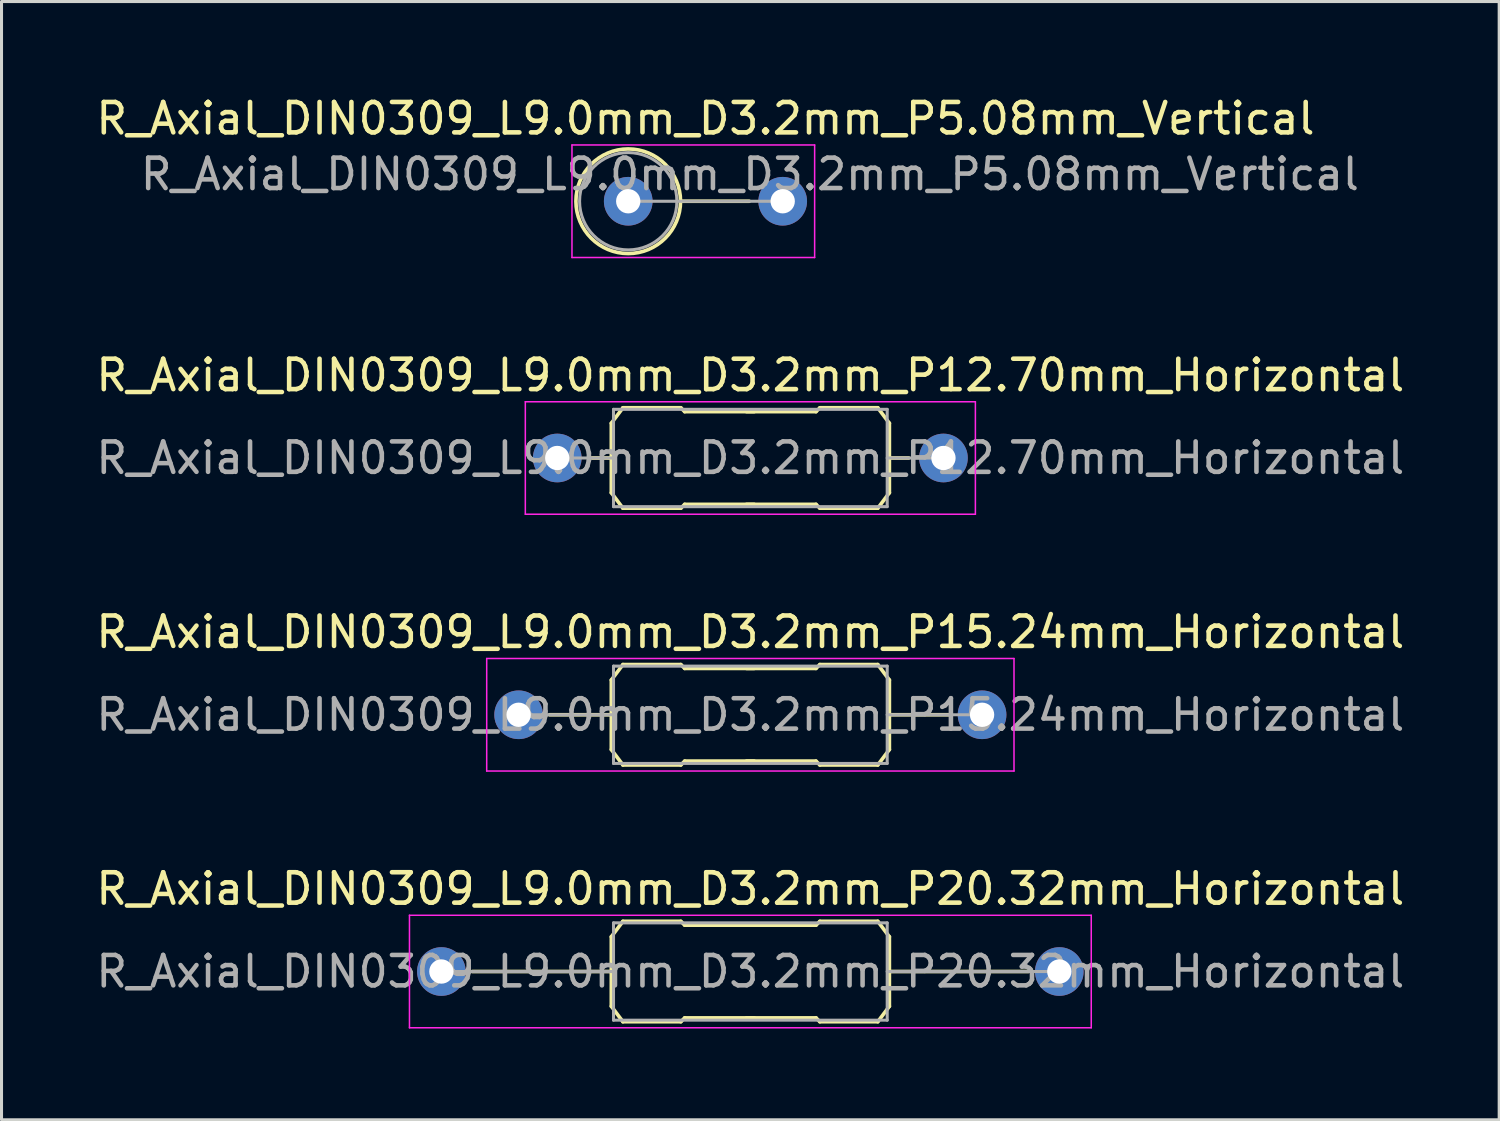
<source format=kicad_pcb>
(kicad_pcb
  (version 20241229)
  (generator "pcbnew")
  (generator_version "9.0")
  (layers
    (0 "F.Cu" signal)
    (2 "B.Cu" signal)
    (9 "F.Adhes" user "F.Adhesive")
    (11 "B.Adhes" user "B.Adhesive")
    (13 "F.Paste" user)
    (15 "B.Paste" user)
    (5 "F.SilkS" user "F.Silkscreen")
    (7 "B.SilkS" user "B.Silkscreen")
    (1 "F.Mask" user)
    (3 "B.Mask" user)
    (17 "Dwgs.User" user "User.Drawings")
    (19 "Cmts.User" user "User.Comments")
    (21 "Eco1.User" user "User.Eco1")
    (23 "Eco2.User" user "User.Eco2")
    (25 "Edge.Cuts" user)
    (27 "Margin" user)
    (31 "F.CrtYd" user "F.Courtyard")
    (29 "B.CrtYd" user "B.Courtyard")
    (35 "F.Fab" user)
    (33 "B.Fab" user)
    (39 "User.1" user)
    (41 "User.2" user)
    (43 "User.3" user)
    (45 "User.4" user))
  (footprint "R_Axial_DIN0309_L9.0mm_D3.2mm_P20.32mm_Horizontal"
    (layer "F.Cu")
    (at 11.465 28.898)
    (property "Reference" "R_Axial_DIN0309_L9.0mm_D3.2mm_P20.32mm_Horizontal" (at 10.16 -2.72 0) (layer "F.SilkS") (effects (font (size 1 1) (thickness 0.15))))
    (attr through_hole)
    (fp_line (start 5.588 -1.143) (end 5.969 -1.651) (stroke (width 0.12) (type solid)) (layer "F.SilkS"))
    (fp_line (start 5.588 0) (end 1.016 0) (stroke (width 0.12) (type solid)) (layer "F.SilkS"))
    (fp_line (start 5.588 1.143) (end 5.588 -1.143) (stroke (width 0.12) (type solid)) (layer "F.SilkS"))
    (fp_line (start 5.588 1.143) (end 5.969 1.651) (stroke (width 0.12) (type solid)) (layer "F.SilkS"))
    (fp_line (start 5.969 -1.651) (end 7.874 -1.651) (stroke (width 0.12) (type solid)) (layer "F.SilkS"))
    (fp_line (start 5.969 1.651) (end 7.874 1.651) (stroke (width 0.12) (type solid)) (layer "F.SilkS"))
    (fp_line (start 7.874 -1.651) (end 8.001 -1.524) (stroke (width 0.12) (type solid)) (layer "F.SilkS"))
    (fp_line (start 7.874 1.651) (end 8.001 1.524) (stroke (width 0.12) (type solid)) (layer "F.SilkS"))
    (fp_line (start 8.001 -1.524) (end 10.287 -1.524) (stroke (width 0.12) (type solid)) (layer "F.SilkS"))
    (fp_line (start 8.001 1.524) (end 10.287 1.524) (stroke (width 0.12) (type solid)) (layer "F.SilkS"))
    (fp_line (start 12.319 -1.524) (end 10.033 -1.524) (stroke (width 0.12) (type solid)) (layer "F.SilkS"))
    (fp_line (start 12.319 1.524) (end 10.033 1.524) (stroke (width 0.12) (type solid)) (layer "F.SilkS"))
    (fp_line (start 12.446 -1.651) (end 12.319 -1.524) (stroke (width 0.12) (type solid)) (layer "F.SilkS"))
    (fp_line (start 12.446 1.651) (end 12.319 1.524) (stroke (width 0.12) (type solid)) (layer "F.SilkS"))
    (fp_line (start 14.351 -1.651) (end 12.446 -1.651) (stroke (width 0.12) (type solid)) (layer "F.SilkS"))
    (fp_line (start 14.351 1.651) (end 12.446 1.651) (stroke (width 0.12) (type solid)) (layer "F.SilkS"))
    (fp_line (start 14.732 -1.143) (end 14.351 -1.651) (stroke (width 0.12) (type solid)) (layer "F.SilkS"))
    (fp_line (start 14.732 0) (end 19.304 0) (stroke (width 0.12) (type solid)) (layer "F.SilkS"))
    (fp_line (start 14.732 1.143) (end 14.351 1.651) (stroke (width 0.12) (type solid)) (layer "F.SilkS"))
    (fp_line (start 14.732 1.143) (end 14.732 -1.143) (stroke (width 0.12) (type solid)) (layer "F.SilkS"))
    (fp_line (start -1.05 -1.85) (end -1.05 1.85) (stroke (width 0.05) (type solid)) (layer "F.CrtYd"))
    (fp_line (start -1.05 1.85) (end 21.37 1.85) (stroke (width 0.05) (type solid)) (layer "F.CrtYd"))
    (fp_line (start 21.37 -1.85) (end -1.05 -1.85) (stroke (width 0.05) (type solid)) (layer "F.CrtYd"))
    (fp_line (start 21.37 1.85) (end 21.37 -1.85) (stroke (width 0.05) (type solid)) (layer "F.CrtYd"))
    (fp_line (start 0 0) (end 5.66 0) (stroke (width 0.1) (type solid)) (layer "F.Fab"))
    (fp_line (start 5.66 -1.6) (end 5.66 1.6) (stroke (width 0.1) (type solid)) (layer "F.Fab"))
    (fp_line (start 5.66 1.6) (end 14.66 1.6) (stroke (width 0.1) (type solid)) (layer "F.Fab"))
    (fp_line (start 14.66 -1.6) (end 5.66 -1.6) (stroke (width 0.1) (type solid)) (layer "F.Fab"))
    (fp_line (start 14.66 1.6) (end 14.66 -1.6) (stroke (width 0.1) (type solid)) (layer "F.Fab"))
    (fp_line (start 20.32 0) (end 14.66 0) (stroke (width 0.1) (type solid)) (layer "F.Fab"))
    (fp_text user "${REFERENCE}" (at 10.16 0 0) (layer "F.Fab") (effects (font (size 1 1) (thickness 0.15))))
    (pad "1" thru_hole circle (at 0 0) (size 1.6 1.6) (drill 0.8) (layers "*.Cu" "*.Mask"))
    (pad "2" thru_hole oval (at 20.32 0) (size 1.6 1.6) (drill 0.8) (layers "*.Cu" "*.Mask")))
  (footprint "R_Axial_DIN0309_L9.0mm_D3.2mm_P12.70mm_Horizontal"
    (layer "F.Cu")
    (at 15.275 12.011)
    (property "Reference" "R_Axial_DIN0309_L9.0mm_D3.2mm_P12.70mm_Horizontal" (at 6.35 -2.72 0) (layer "F.SilkS") (effects (font (size 1 1) (thickness 0.15))))
    (attr through_hole)
    (fp_line (start 1.778 -1.143) (end 2.159 -1.651) (stroke (width 0.12) (type solid)) (layer "F.SilkS"))
    (fp_line (start 1.778 0) (end 1.143 0) (stroke (width 0.12) (type solid)) (layer "F.SilkS"))
    (fp_line (start 1.778 1.143) (end 1.778 -1.143) (stroke (width 0.12) (type solid)) (layer "F.SilkS"))
    (fp_line (start 1.778 1.143) (end 2.159 1.651) (stroke (width 0.12) (type solid)) (layer "F.SilkS"))
    (fp_line (start 2.159 -1.651) (end 4.064 -1.651) (stroke (width 0.12) (type solid)) (layer "F.SilkS"))
    (fp_line (start 2.159 1.651) (end 4.064 1.651) (stroke (width 0.12) (type solid)) (layer "F.SilkS"))
    (fp_line (start 4.064 -1.651) (end 4.191 -1.524) (stroke (width 0.12) (type solid)) (layer "F.SilkS"))
    (fp_line (start 4.064 1.651) (end 4.191 1.524) (stroke (width 0.12) (type solid)) (layer "F.SilkS"))
    (fp_line (start 4.191 -1.524) (end 6.477 -1.524) (stroke (width 0.12) (type solid)) (layer "F.SilkS"))
    (fp_line (start 4.191 1.524) (end 6.477 1.524) (stroke (width 0.12) (type solid)) (layer "F.SilkS"))
    (fp_line (start 8.509 -1.524) (end 6.223 -1.524) (stroke (width 0.12) (type solid)) (layer "F.SilkS"))
    (fp_line (start 8.509 1.524) (end 6.223 1.524) (stroke (width 0.12) (type solid)) (layer "F.SilkS"))
    (fp_line (start 8.636 -1.651) (end 8.509 -1.524) (stroke (width 0.12) (type solid)) (layer "F.SilkS"))
    (fp_line (start 8.636 1.651) (end 8.509 1.524) (stroke (width 0.12) (type solid)) (layer "F.SilkS"))
    (fp_line (start 10.541 -1.651) (end 8.636 -1.651) (stroke (width 0.12) (type solid)) (layer "F.SilkS"))
    (fp_line (start 10.541 1.651) (end 8.636 1.651) (stroke (width 0.12) (type solid)) (layer "F.SilkS"))
    (fp_line (start 10.922 -1.143) (end 10.541 -1.651) (stroke (width 0.12) (type solid)) (layer "F.SilkS"))
    (fp_line (start 10.922 0) (end 11.557 0) (stroke (width 0.12) (type solid)) (layer "F.SilkS"))
    (fp_line (start 10.922 1.143) (end 10.541 1.651) (stroke (width 0.12) (type solid)) (layer "F.SilkS"))
    (fp_line (start 10.922 1.143) (end 10.922 -1.143) (stroke (width 0.12) (type solid)) (layer "F.SilkS"))
    (fp_line (start -1.05 -1.85) (end -1.05 1.85) (stroke (width 0.05) (type solid)) (layer "F.CrtYd"))
    (fp_line (start -1.05 1.85) (end 13.75 1.85) (stroke (width 0.05) (type solid)) (layer "F.CrtYd"))
    (fp_line (start 13.75 -1.85) (end -1.05 -1.85) (stroke (width 0.05) (type solid)) (layer "F.CrtYd"))
    (fp_line (start 13.75 1.85) (end 13.75 -1.85) (stroke (width 0.05) (type solid)) (layer "F.CrtYd"))
    (fp_line (start 0 0) (end 1.85 0) (stroke (width 0.1) (type solid)) (layer "F.Fab"))
    (fp_line (start 1.85 -1.6) (end 1.85 1.6) (stroke (width 0.1) (type solid)) (layer "F.Fab"))
    (fp_line (start 1.85 1.6) (end 10.85 1.6) (stroke (width 0.1) (type solid)) (layer "F.Fab"))
    (fp_line (start 10.85 -1.6) (end 1.85 -1.6) (stroke (width 0.1) (type solid)) (layer "F.Fab"))
    (fp_line (start 10.85 1.6) (end 10.85 -1.6) (stroke (width 0.1) (type solid)) (layer "F.Fab"))
    (fp_line (start 12.7 0) (end 10.85 0) (stroke (width 0.1) (type solid)) (layer "F.Fab"))
    (fp_text user "${REFERENCE}" (at 6.35 0 0) (layer "F.Fab") (effects (font (size 1 1) (thickness 0.15))))
    (pad "1" thru_hole circle (at 0 0) (size 1.6 1.6) (drill 0.8) (layers "*.Cu" "*.Mask"))
    (pad "2" thru_hole oval (at 12.7 0) (size 1.6 1.6) (drill 0.8) (layers "*.Cu" "*.Mask")))
  (footprint "R_Axial_DIN0309_L9.0mm_D3.2mm_P5.08mm_Vertical"
    (layer "F.Cu")
    (at 17.609 3.568)
    (property "Reference" "R_Axial_DIN0309_L9.0mm_D3.2mm_P5.08mm_Vertical" (at 2.54 -2.72 0) (layer "F.SilkS") (effects (font (size 1 1) (thickness 0.15))))
    (attr through_hole)
    (fp_line (start 1.72 0) (end 3.98 0) (stroke (width 0.12) (type solid)) (layer "F.SilkS"))
    (fp_circle (center 0 0) (end 1.72 0) (stroke (width 0.12) (type solid)) (fill no) (layer "F.SilkS"))
    (fp_line (start -1.85 -1.85) (end -1.85 1.85) (stroke (width 0.05) (type solid)) (layer "F.CrtYd"))
    (fp_line (start -1.85 1.85) (end 6.13 1.85) (stroke (width 0.05) (type solid)) (layer "F.CrtYd"))
    (fp_line (start 6.13 -1.85) (end -1.85 -1.85) (stroke (width 0.05) (type solid)) (layer "F.CrtYd"))
    (fp_line (start 6.13 1.85) (end 6.13 -1.85) (stroke (width 0.05) (type solid)) (layer "F.CrtYd"))
    (fp_line (start 0 0) (end 5.08 0) (stroke (width 0.1) (type solid)) (layer "F.Fab"))
    (fp_circle (center 0 0) (end 1.6 0) (stroke (width 0.1) (type solid)) (fill no) (layer "F.Fab"))
    (fp_text user "${REFERENCE}" (at 4 -0.889 0) (layer "F.Fab") (effects (font (size 1 1) (thickness 0.15))))
    (pad "1" thru_hole circle (at 0 0) (size 1.6 1.6) (drill 0.8) (layers "*.Cu" "*.Mask"))
    (pad "2" thru_hole oval (at 5.08 0) (size 1.6 1.6) (drill 0.8) (layers "*.Cu" "*.Mask")))
  (footprint "R_Axial_DIN0309_L9.0mm_D3.2mm_P15.24mm_Horizontal"
    (layer "F.Cu")
    (at 14.005 20.455)
    (property "Reference" "R_Axial_DIN0309_L9.0mm_D3.2mm_P15.24mm_Horizontal" (at 7.62 -2.72 0) (layer "F.SilkS") (effects (font (size 1 1) (thickness 0.15))))
    (attr through_hole)
    (fp_line (start 3.048 -1.143) (end 3.429 -1.651) (stroke (width 0.12) (type solid)) (layer "F.SilkS"))
    (fp_line (start 3.048 0) (end 1.016 0) (stroke (width 0.12) (type solid)) (layer "F.SilkS"))
    (fp_line (start 3.048 1.143) (end 3.048 -1.143) (stroke (width 0.12) (type solid)) (layer "F.SilkS"))
    (fp_line (start 3.048 1.143) (end 3.429 1.651) (stroke (width 0.12) (type solid)) (layer "F.SilkS"))
    (fp_line (start 3.429 -1.651) (end 5.334 -1.651) (stroke (width 0.12) (type solid)) (layer "F.SilkS"))
    (fp_line (start 3.429 1.651) (end 5.334 1.651) (stroke (width 0.12) (type solid)) (layer "F.SilkS"))
    (fp_line (start 5.334 -1.651) (end 5.461 -1.524) (stroke (width 0.12) (type solid)) (layer "F.SilkS"))
    (fp_line (start 5.334 1.651) (end 5.461 1.524) (stroke (width 0.12) (type solid)) (layer "F.SilkS"))
    (fp_line (start 5.461 -1.524) (end 7.747 -1.524) (stroke (width 0.12) (type solid)) (layer "F.SilkS"))
    (fp_line (start 5.461 1.524) (end 7.747 1.524) (stroke (width 0.12) (type solid)) (layer "F.SilkS"))
    (fp_line (start 9.779 -1.524) (end 7.493 -1.524) (stroke (width 0.12) (type solid)) (layer "F.SilkS"))
    (fp_line (start 9.779 1.524) (end 7.493 1.524) (stroke (width 0.12) (type solid)) (layer "F.SilkS"))
    (fp_line (start 9.906 -1.651) (end 9.779 -1.524) (stroke (width 0.12) (type solid)) (layer "F.SilkS"))
    (fp_line (start 9.906 1.651) (end 9.779 1.524) (stroke (width 0.12) (type solid)) (layer "F.SilkS"))
    (fp_line (start 11.811 -1.651) (end 9.906 -1.651) (stroke (width 0.12) (type solid)) (layer "F.SilkS"))
    (fp_line (start 11.811 1.651) (end 9.906 1.651) (stroke (width 0.12) (type solid)) (layer "F.SilkS"))
    (fp_line (start 12.192 -1.143) (end 11.811 -1.651) (stroke (width 0.12) (type solid)) (layer "F.SilkS"))
    (fp_line (start 12.192 0) (end 14.224 0) (stroke (width 0.12) (type solid)) (layer "F.SilkS"))
    (fp_line (start 12.192 1.143) (end 11.811 1.651) (stroke (width 0.12) (type solid)) (layer "F.SilkS"))
    (fp_line (start 12.192 1.143) (end 12.192 -1.143) (stroke (width 0.12) (type solid)) (layer "F.SilkS"))
    (fp_line (start -1.05 -1.85) (end -1.05 1.85) (stroke (width 0.05) (type solid)) (layer "F.CrtYd"))
    (fp_line (start -1.05 1.85) (end 16.29 1.85) (stroke (width 0.05) (type solid)) (layer "F.CrtYd"))
    (fp_line (start 16.29 -1.85) (end -1.05 -1.85) (stroke (width 0.05) (type solid)) (layer "F.CrtYd"))
    (fp_line (start 16.29 1.85) (end 16.29 -1.85) (stroke (width 0.05) (type solid)) (layer "F.CrtYd"))
    (fp_line (start 0 0) (end 3.12 0) (stroke (width 0.1) (type solid)) (layer "F.Fab"))
    (fp_line (start 3.12 -1.6) (end 3.12 1.6) (stroke (width 0.1) (type solid)) (layer "F.Fab"))
    (fp_line (start 3.12 1.6) (end 12.12 1.6) (stroke (width 0.1) (type solid)) (layer "F.Fab"))
    (fp_line (start 12.12 -1.6) (end 3.12 -1.6) (stroke (width 0.1) (type solid)) (layer "F.Fab"))
    (fp_line (start 12.12 1.6) (end 12.12 -1.6) (stroke (width 0.1) (type solid)) (layer "F.Fab"))
    (fp_line (start 15.24 0) (end 12.12 0) (stroke (width 0.1) (type solid)) (layer "F.Fab"))
    (fp_text user "${REFERENCE}" (at 7.62 0 0) (layer "F.Fab") (effects (font (size 1 1) (thickness 0.15))))
    (pad "1" thru_hole circle (at 0 0) (size 1.6 1.6) (drill 0.8) (layers "*.Cu" "*.Mask"))
    (pad "2" thru_hole oval (at 15.24 0) (size 1.6 1.6) (drill 0.8) (layers "*.Cu" "*.Mask")))
  (gr_rect
    (start -3 -3)
    (end 46.25 33.773)
    (stroke (width 0.1) (type default))
    (fill no)
    (layer "Edge.Cuts")))
</source>
